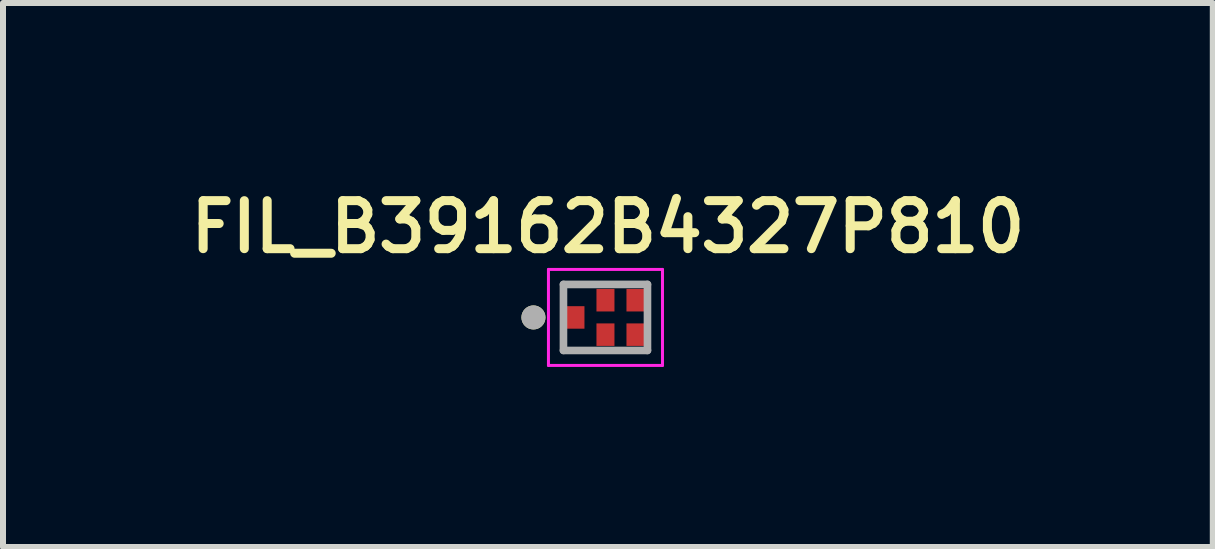
<source format=kicad_pcb>
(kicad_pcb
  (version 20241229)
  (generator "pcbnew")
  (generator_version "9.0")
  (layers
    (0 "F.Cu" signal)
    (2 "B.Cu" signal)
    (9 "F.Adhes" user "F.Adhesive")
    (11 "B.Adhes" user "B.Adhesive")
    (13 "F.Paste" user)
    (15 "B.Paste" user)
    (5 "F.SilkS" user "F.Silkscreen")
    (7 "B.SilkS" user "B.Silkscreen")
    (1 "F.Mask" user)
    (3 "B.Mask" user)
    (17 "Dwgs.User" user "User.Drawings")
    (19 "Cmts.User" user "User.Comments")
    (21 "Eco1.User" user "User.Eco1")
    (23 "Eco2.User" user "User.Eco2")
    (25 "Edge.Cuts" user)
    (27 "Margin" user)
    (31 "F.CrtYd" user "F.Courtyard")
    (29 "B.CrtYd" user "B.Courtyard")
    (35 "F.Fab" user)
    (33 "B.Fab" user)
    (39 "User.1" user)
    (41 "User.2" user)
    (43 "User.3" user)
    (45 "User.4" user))
  (footprint "FIL_B39162B4327P810"
    (layer "F.Cu")
    (at 7.038 2.239)
    (property "Reference" "FIL_B39162B4327P810" (at 0.04 -1.508 0) (layer "F.SilkS") (effects (font (size 0.8 0.8) (thickness 0.15))))
    (attr smd)
    (fp_circle (center -1.2 0) (end -1.1 0) (stroke (width 0.2) (type solid)) (fill no) (layer "F.SilkS"))
    (fp_line (start -0.95 -0.8) (end -0.95 0.8) (stroke (width 0.05) (type solid)) (layer "F.CrtYd"))
    (fp_line (start -0.95 -0.8) (end 0.95 -0.8) (stroke (width 0.05) (type solid)) (layer "F.CrtYd"))
    (fp_line (start -0.95 0.8) (end 0.95 0.8) (stroke (width 0.05) (type solid)) (layer "F.CrtYd"))
    (fp_line (start 0.95 -0.8) (end 0.95 0.8) (stroke (width 0.05) (type solid)) (layer "F.CrtYd"))
    (fp_line (start -0.7 -0.55) (end -0.7 0.55) (stroke (width 0.127) (type solid)) (layer "F.Fab"))
    (fp_line (start -0.7 -0.55) (end 0.7 -0.55) (stroke (width 0.127) (type solid)) (layer "F.Fab"))
    (fp_line (start -0.7 0.55) (end 0.7 0.55) (stroke (width 0.127) (type solid)) (layer "F.Fab"))
    (fp_line (start 0.7 0.55) (end 0.7 -0.55) (stroke (width 0.127) (type solid)) (layer "F.Fab"))
    (fp_circle (center -1.2 0) (end -1.1 0) (stroke (width 0.2) (type solid)) (fill no) (layer "F.Fab"))
    (pad "1" smd rect (at -0.5 0) (size 0.3 0.375) (layers "F.Cu" "F.Mask" "F.Paste"))
    (pad "2" smd rect (at 0 -0.287) (size 0.3 0.375) (layers "F.Cu" "F.Mask" "F.Paste"))
    (pad "2" smd rect (at 0 0.287) (size 0.3 0.375) (layers "F.Cu" "F.Mask" "F.Paste"))
    (pad "2" smd rect (at 0.5 0.287) (size 0.3 0.375) (layers "F.Cu" "F.Mask" "F.Paste"))
    (pad "4" smd rect (at 0.5 -0.287) (size 0.3 0.375) (layers "F.Cu" "F.Mask" "F.Paste")))
  (gr_rect
    (start -3 -3)
    (end 17.157 6.064)
    (stroke (width 0.1) (type default))
    (fill no)
    (layer "Edge.Cuts")))
</source>
